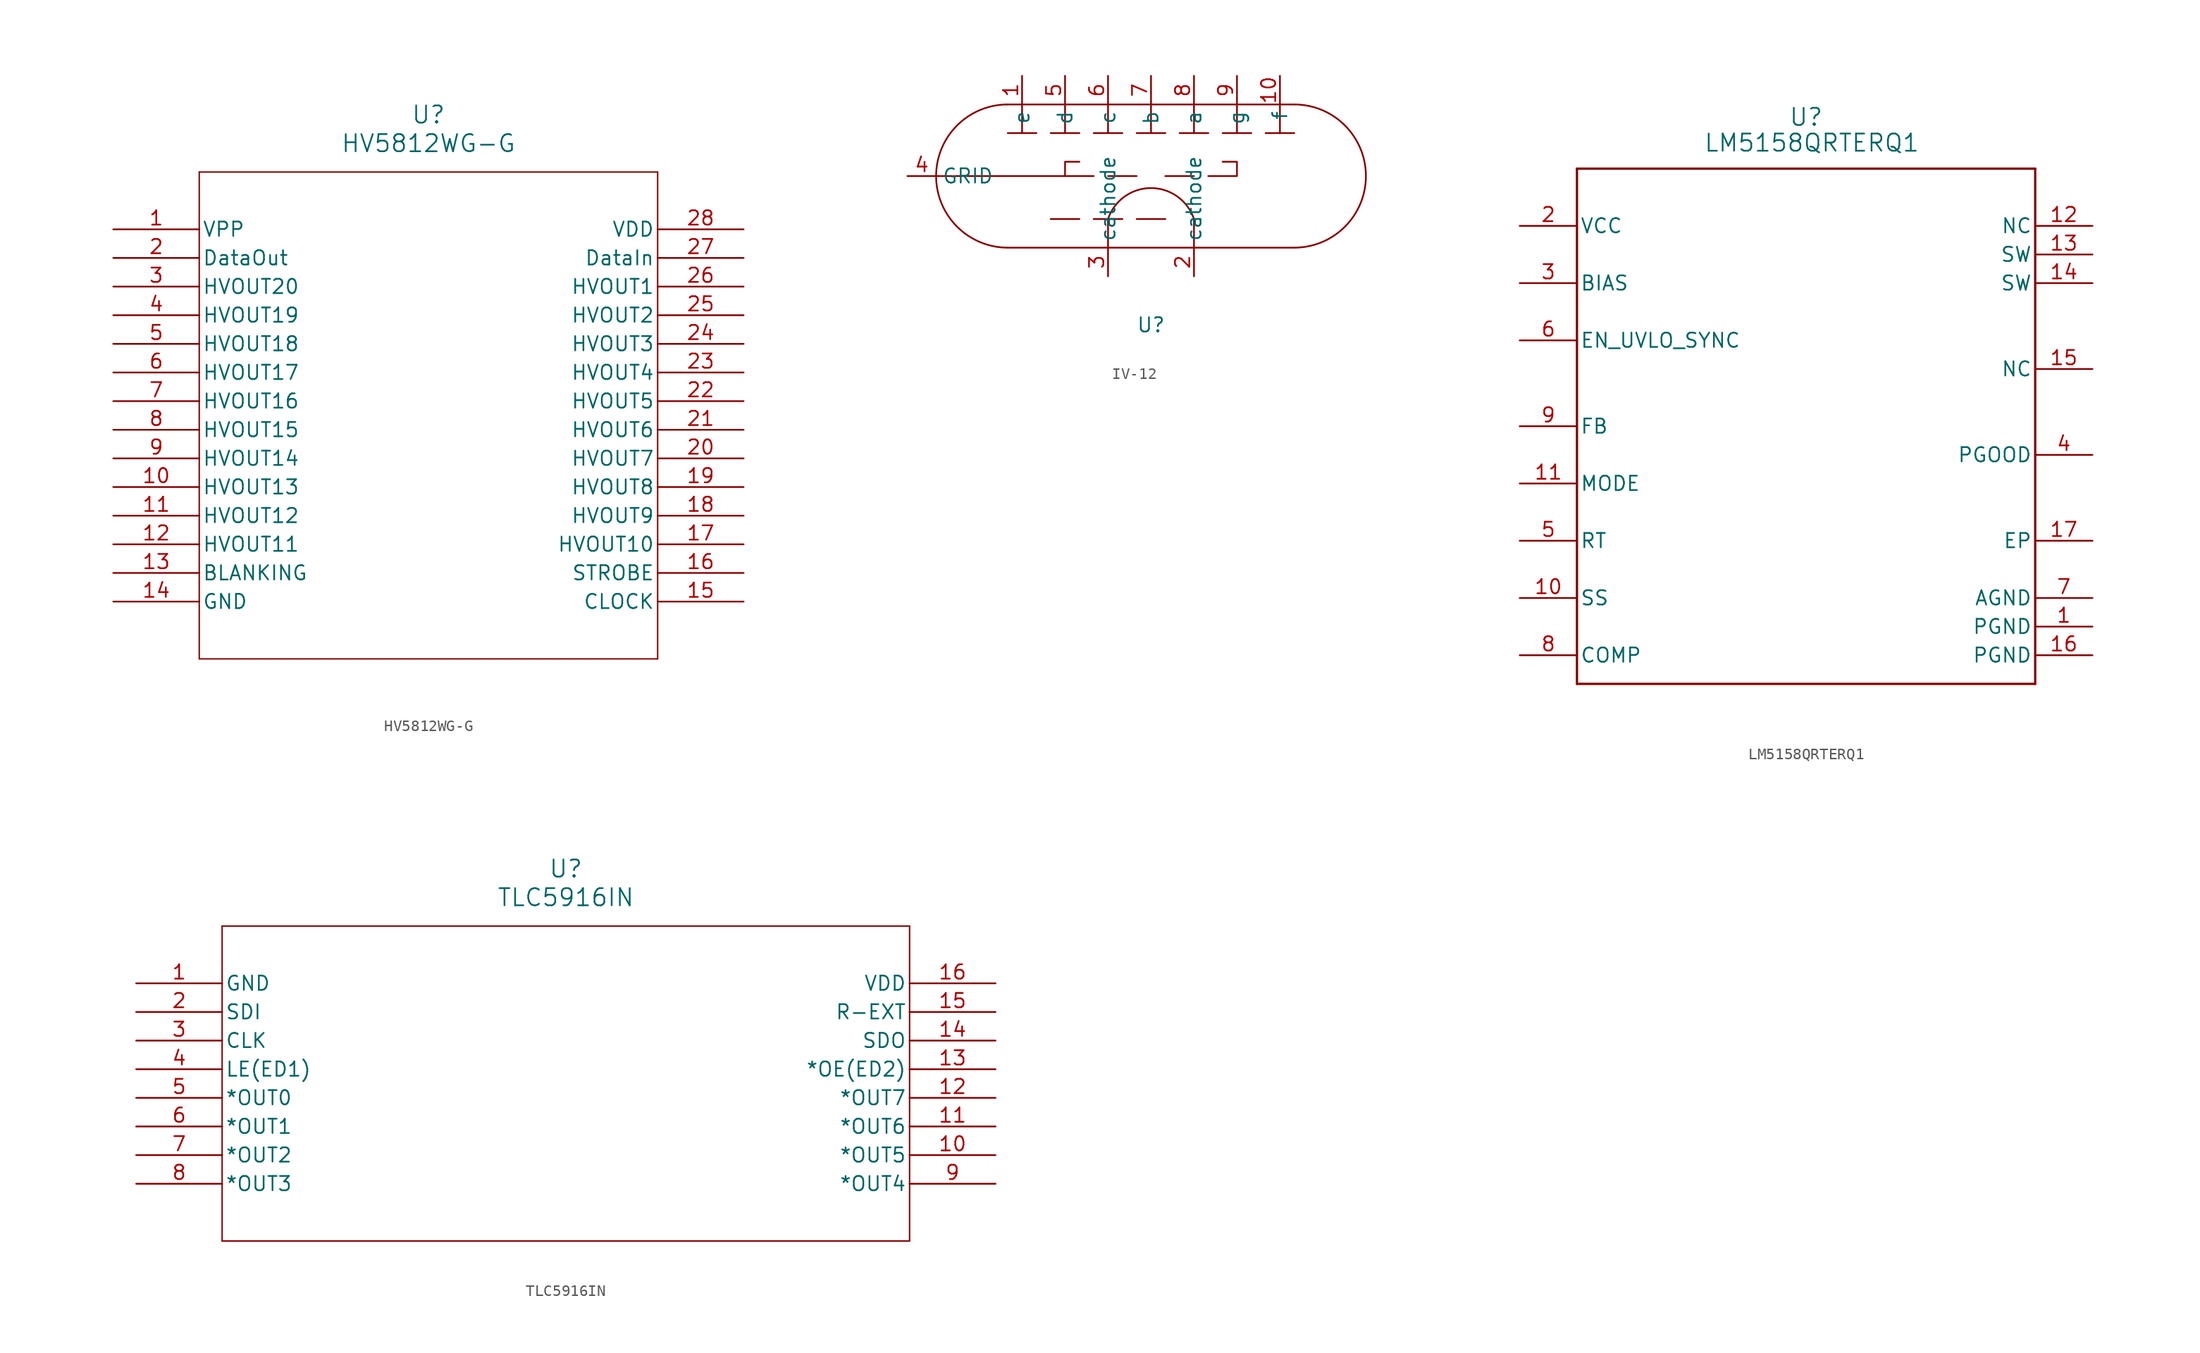
<source format=kicad_sym>
(kicad_symbol_lib
  (version 20231120)
  (generator "kicad_symbol_editor")
  (generator_version "8.0")
  (symbol "HV5812WG-G"
    (pin_names
      (offset 0.254))
    (property "Reference" "U"
      (at 27.94 10.16 0)
      (effects (font (size 1.524 1.524))))
    (property "Value" "HV5812WG-G"
      (at 27.94 7.62 0)
      (effects (font (size 1.524 1.524))))
    (property "ki_locked" ""
      (at 0 0 0)
      (effects (font (size 1.27 1.27))))
    (symbol "HV5812WG-G_0_1"
      (polyline (pts (xy 7.62 -38.1) (xy 48.26 -38.1)) (stroke (width 0.127) (type default)) (fill (type none)))
      (polyline (pts (xy 7.62 5.08) (xy 7.62 -38.1)) (stroke (width 0.127) (type default)) (fill (type none)))
      (polyline (pts (xy 48.26 -38.1) (xy 48.26 5.08)) (stroke (width 0.127) (type default)) (fill (type none)))
      (polyline (pts (xy 48.26 5.08) (xy 7.62 5.08)) (stroke (width 0.127) (type default)) (fill (type none)))
      (pin power_in line (at 0 0 0) (length 7.62) (name "VPP" (effects (font (size 1.27 1.27)))) (number "1" (effects (font (size 1.27 1.27)))))
      (pin output line (at 0 -22.86 0) (length 7.62) (name "HVOUT13" (effects (font (size 1.27 1.27)))) (number "10" (effects (font (size 1.27 1.27)))))
      (pin output line (at 0 -25.4 0) (length 7.62) (name "HVOUT12" (effects (font (size 1.27 1.27)))) (number "11" (effects (font (size 1.27 1.27)))))
      (pin output line (at 0 -27.94 0) (length 7.62) (name "HVOUT11" (effects (font (size 1.27 1.27)))) (number "12" (effects (font (size 1.27 1.27)))))
      (pin unspecified line (at 0 -30.48 0) (length 7.62) (name "BLANKING" (effects (font (size 1.27 1.27)))) (number "13" (effects (font (size 1.27 1.27)))))
      (pin power_out line (at 0 -33.02 0) (length 7.62) (name "GND" (effects (font (size 1.27 1.27)))) (number "14" (effects (font (size 1.27 1.27)))))
      (pin unspecified line (at 55.88 -33.02 180) (length 7.62) (name "CLOCK" (effects (font (size 1.27 1.27)))) (number "15" (effects (font (size 1.27 1.27)))))
      (pin unspecified line (at 55.88 -30.48 180) (length 7.62) (name "STROBE" (effects (font (size 1.27 1.27)))) (number "16" (effects (font (size 1.27 1.27)))))
      (pin output line (at 55.88 -27.94 180) (length 7.62) (name "HVOUT10" (effects (font (size 1.27 1.27)))) (number "17" (effects (font (size 1.27 1.27)))))
      (pin output line (at 55.88 -25.4 180) (length 7.62) (name "HVOUT9" (effects (font (size 1.27 1.27)))) (number "18" (effects (font (size 1.27 1.27)))))
      (pin output line (at 55.88 -22.86 180) (length 7.62) (name "HVOUT8" (effects (font (size 1.27 1.27)))) (number "19" (effects (font (size 1.27 1.27)))))
      (pin output line (at 0 -2.54 0) (length 7.62) (name "DataOut" (effects (font (size 1.27 1.27)))) (number "2" (effects (font (size 1.27 1.27)))))
      (pin output line (at 55.88 -20.32 180) (length 7.62) (name "HVOUT7" (effects (font (size 1.27 1.27)))) (number "20" (effects (font (size 1.27 1.27)))))
      (pin output line (at 55.88 -17.78 180) (length 7.62) (name "HVOUT6" (effects (font (size 1.27 1.27)))) (number "21" (effects (font (size 1.27 1.27)))))
      (pin output line (at 55.88 -15.24 180) (length 7.62) (name "HVOUT5" (effects (font (size 1.27 1.27)))) (number "22" (effects (font (size 1.27 1.27)))))
      (pin output line (at 55.88 -12.7 180) (length 7.62) (name "HVOUT4" (effects (font (size 1.27 1.27)))) (number "23" (effects (font (size 1.27 1.27)))))
      (pin output line (at 55.88 -10.16 180) (length 7.62) (name "HVOUT3" (effects (font (size 1.27 1.27)))) (number "24" (effects (font (size 1.27 1.27)))))
      (pin output line (at 55.88 -7.62 180) (length 7.62) (name "HVOUT2" (effects (font (size 1.27 1.27)))) (number "25" (effects (font (size 1.27 1.27)))))
      (pin output line (at 55.88 -5.08 180) (length 7.62) (name "HVOUT1" (effects (font (size 1.27 1.27)))) (number "26" (effects (font (size 1.27 1.27)))))
      (pin input line (at 55.88 -2.54 180) (length 7.62) (name "DataIn" (effects (font (size 1.27 1.27)))) (number "27" (effects (font (size 1.27 1.27)))))
      (pin power_in line (at 55.88 0 180) (length 7.62) (name "VDD" (effects (font (size 1.27 1.27)))) (number "28" (effects (font (size 1.27 1.27)))))
      (pin output line (at 0 -5.08 0) (length 7.62) (name "HVOUT20" (effects (font (size 1.27 1.27)))) (number "3" (effects (font (size 1.27 1.27)))))
      (pin output line (at 0 -7.62 0) (length 7.62) (name "HVOUT19" (effects (font (size 1.27 1.27)))) (number "4" (effects (font (size 1.27 1.27)))))
      (pin output line (at 0 -10.16 0) (length 7.62) (name "HVOUT18" (effects (font (size 1.27 1.27)))) (number "5" (effects (font (size 1.27 1.27)))))
      (pin output line (at 0 -12.7 0) (length 7.62) (name "HVOUT17" (effects (font (size 1.27 1.27)))) (number "6" (effects (font (size 1.27 1.27)))))
      (pin output line (at 0 -15.24 0) (length 7.62) (name "HVOUT16" (effects (font (size 1.27 1.27)))) (number "7" (effects (font (size 1.27 1.27)))))
      (pin output line (at 0 -17.78 0) (length 7.62) (name "HVOUT15" (effects (font (size 1.27 1.27)))) (number "8" (effects (font (size 1.27 1.27)))))
      (pin output line (at 0 -20.32 0) (length 7.62) (name "HVOUT14" (effects (font (size 1.27 1.27)))) (number "9" (effects (font (size 1.27 1.27)))))))
  (symbol "IV-12"
    (property "Reference" "U"
      (at 0 -13.208 0)
      (effects (font (size 1.27 1.27))))
    (property "Value" ""
      (at 0 0 0)
      (effects (font (size 1.27 1.27))))
    (symbol "IV-12_0_1"
      (arc (start -12.7 6.35) (mid -19.05 0) (end -12.7 -6.35) (stroke (width 0) (type default)) (fill (type none)))
      (polyline (pts (xy -12.7 -6.35) (xy 12.7 -6.35)) (stroke (width 0) (type default)) (fill (type none)))
      (polyline (pts (xy -12.7 6.35) (xy 12.7 6.35)) (stroke (width 0) (type default)) (fill (type none)))
      (polyline (pts (xy -11.43 3.81) (xy -11.43 6.35)) (stroke (width 0) (type default)) (fill (type none)))
      (polyline (pts (xy -10.16 3.81) (xy -12.7 3.81)) (stroke (width 0) (type default)) (fill (type none)))
      (polyline (pts (xy -7.62 0) (xy -19.05 0)) (stroke (width 0) (type default)) (fill (type none)))
      (polyline (pts (xy -7.62 3.81) (xy -7.62 6.35)) (stroke (width 0) (type default)) (fill (type none)))
      (polyline (pts (xy -6.35 -3.81) (xy -8.89 -3.81)) (stroke (width 0) (type default)) (fill (type none)))
      (polyline (pts (xy -6.35 3.81) (xy -8.89 3.81)) (stroke (width 0) (type default)) (fill (type none)))
      (polyline (pts (xy -3.81 -3.81) (xy -3.81 -6.35)) (stroke (width 0) (type default)) (fill (type none)))
      (polyline (pts (xy -3.81 3.81) (xy -3.81 6.35)) (stroke (width 0) (type default)) (fill (type none)))
      (polyline (pts (xy -2.54 -3.81) (xy -5.08 -3.81)) (stroke (width 0) (type default)) (fill (type none)))
      (polyline (pts (xy -2.54 3.81) (xy -5.08 3.81)) (stroke (width 0) (type default)) (fill (type none)))
      (polyline (pts (xy -1.27 -3.81) (xy 1.27 -3.81)) (stroke (width 0) (type default)) (fill (type none)))
      (polyline (pts (xy -1.27 0) (xy -3.81 0)) (stroke (width 0) (type default)) (fill (type none)))
      (polyline (pts (xy -1.27 3.81) (xy 1.27 3.81)) (stroke (width 0) (type default)) (fill (type none)))
      (polyline (pts (xy 0 3.81) (xy 0 6.35)) (stroke (width 0) (type default)) (fill (type none)))
      (polyline (pts (xy 1.27 0) (xy 3.81 0)) (stroke (width 0) (type default)) (fill (type none)))
      (polyline (pts (xy 2.54 3.81) (xy 5.08 3.81)) (stroke (width 0) (type default)) (fill (type none)))
      (polyline (pts (xy 3.81 -3.81) (xy 3.81 -6.35)) (stroke (width 0) (type default)) (fill (type none)))
      (polyline (pts (xy 3.81 3.81) (xy 3.81 6.35)) (stroke (width 0) (type default)) (fill (type none)))
      (polyline (pts (xy 6.35 3.81) (xy 8.89 3.81)) (stroke (width 0) (type default)) (fill (type none)))
      (polyline (pts (xy 7.62 3.81) (xy 7.62 6.35)) (stroke (width 0) (type default)) (fill (type none)))
      (polyline (pts (xy 10.16 3.81) (xy 12.7 3.81)) (stroke (width 0) (type default)) (fill (type none)))
      (polyline (pts (xy 11.43 3.81) (xy 11.43 6.35)) (stroke (width 0) (type default)) (fill (type none)))
      (polyline (pts (xy -5.08 0) (xy -7.62 0) (xy -7.62 1.27) (xy -6.35 1.27)) (stroke (width 0) (type default)) (fill (type none)))
      (polyline (pts (xy 5.08 0) (xy 7.62 0) (xy 7.62 1.27) (xy 6.35 1.27)) (stroke (width 0) (type default)) (fill (type none)))
      (arc (start 3.81 -3.81) (mid 0 -1.0639) (end -3.81 -3.81) (stroke (width 0) (type default)) (fill (type none)))
      (arc (start 12.7 -6.35) (mid 19.05 0) (end 12.7 6.35) (stroke (width 0) (type default)) (fill (type none))))
    (symbol "IV-12_1_1"
      (pin input line (at -11.43 8.89 270) (length 2.54) (name "e" (effects (font (size 1.27 1.27)))) (number "1" (effects (font (size 1.27 1.27)))))
      (pin input line (at 11.43 8.89 270) (length 2.54) (name "f" (effects (font (size 1.27 1.27)))) (number "10" (effects (font (size 1.27 1.27)))))
      (pin power_in line (at 3.81 -8.89 90) (length 2.54) (name "cathode" (effects (font (size 1.27 1.27)))) (number "2" (effects (font (size 1.27 1.27)))))
      (pin power_in line (at -3.81 -8.89 90) (length 2.54) (name "cathode" (effects (font (size 1.27 1.27)))) (number "3" (effects (font (size 1.27 1.27)))))
      (pin input line (at -21.59 0 0) (length 2.54) (name "GRID" (effects (font (size 1.27 1.27)))) (number "4" (effects (font (size 1.27 1.27)))))
      (pin input line (at -7.62 8.89 270) (length 2.54) (name "d" (effects (font (size 1.27 1.27)))) (number "5" (effects (font (size 1.27 1.27)))))
      (pin input line (at -3.81 8.89 270) (length 2.54) (name "c" (effects (font (size 1.27 1.27)))) (number "6" (effects (font (size 1.27 1.27)))))
      (pin input line (at 0 8.89 270) (length 2.54) (name "b" (effects (font (size 1.27 1.27)))) (number "7" (effects (font (size 1.27 1.27)))))
      (pin input line (at 3.81 8.89 270) (length 2.54) (name "a" (effects (font (size 1.27 1.27)))) (number "8" (effects (font (size 1.27 1.27)))))
      (pin input line (at 7.62 8.89 270) (length 2.54) (name "g" (effects (font (size 1.27 1.27)))) (number "9" (effects (font (size 1.27 1.27)))))))
  (symbol "LM5158QRTERQ1"
    (pin_names
      (offset 0.254))
    (property "Reference" "U"
      (at 25.4 9.652 0)
      (effects (font (size 1.524 1.524))))
    (property "Value" "LM5158QRTERQ1"
      (at 25.908 7.366 0)
      (effects (font (size 1.524 1.524))))
    (property "ki_locked" ""
      (at 0 0 0)
      (effects (font (size 1.27 1.27))))
    (symbol "LM5158QRTERQ1_0_1"
      (polyline (pts (xy 5.08 -40.64) (xy 45.72 -40.64)) (stroke (width 0.203) (type default)) (fill (type none)))
      (polyline (pts (xy 5.08 5.08) (xy 5.08 -40.64)) (stroke (width 0.203) (type default)) (fill (type none)))
      (polyline (pts (xy 45.72 -40.64) (xy 45.72 5.08)) (stroke (width 0.203) (type default)) (fill (type none)))
      (polyline (pts (xy 45.72 5.08) (xy 5.08 5.08)) (stroke (width 0.203) (type default)) (fill (type none)))
      (pin power_in line (at 50.8 -35.56 180) (length 5.08) (name "PGND" (effects (font (size 1.27 1.27)))) (number "1" (effects (font (size 1.27 1.27)))))
      (pin unspecified line (at 0 -33.02 0) (length 5.08) (name "SS" (effects (font (size 1.27 1.27)))) (number "10" (effects (font (size 1.27 1.27)))))
      (pin unspecified line (at 0 -22.86 0) (length 5.08) (name "MODE" (effects (font (size 1.27 1.27)))) (number "11" (effects (font (size 1.27 1.27)))))
      (pin unspecified line (at 50.8 0 180) (length 5.08) (name "NC" (effects (font (size 1.27 1.27)))) (number "12" (effects (font (size 1.27 1.27)))))
      (pin unspecified line (at 50.8 -2.54 180) (length 5.08) (name "SW" (effects (font (size 1.27 1.27)))) (number "13" (effects (font (size 1.27 1.27)))))
      (pin unspecified line (at 50.8 -5.08 180) (length 5.08) (name "SW" (effects (font (size 1.27 1.27)))) (number "14" (effects (font (size 1.27 1.27)))))
      (pin unspecified line (at 50.8 -12.7 180) (length 5.08) (name "NC" (effects (font (size 1.27 1.27)))) (number "15" (effects (font (size 1.27 1.27)))))
      (pin power_in line (at 50.8 -38.1 180) (length 5.08) (name "PGND" (effects (font (size 1.27 1.27)))) (number "16" (effects (font (size 1.27 1.27)))))
      (pin power_in line (at 50.8 -27.94 180) (length 5.08) (name "EP" (effects (font (size 1.27 1.27)))) (number "17" (effects (font (size 1.27 1.27)))))
      (pin unspecified line (at 0 0 0) (length 5.08) (name "VCC" (effects (font (size 1.27 1.27)))) (number "2" (effects (font (size 1.27 1.27)))))
      (pin power_in line (at 0 -5.08 0) (length 5.08) (name "BIAS" (effects (font (size 1.27 1.27)))) (number "3" (effects (font (size 1.27 1.27)))))
      (pin open_collector line (at 50.8 -20.32 180) (length 5.08) (name "PGOOD" (effects (font (size 1.27 1.27)))) (number "4" (effects (font (size 1.27 1.27)))))
      (pin unspecified line (at 0 -27.94 0) (length 5.08) (name "RT" (effects (font (size 1.27 1.27)))) (number "5" (effects (font (size 1.27 1.27)))))
      (pin input line (at 0 -10.16 0) (length 5.08) (name "EN_UVLO_SYNC" (effects (font (size 1.27 1.27)))) (number "6" (effects (font (size 1.27 1.27)))))
      (pin power_in line (at 50.8 -33.02 180) (length 5.08) (name "AGND" (effects (font (size 1.27 1.27)))) (number "7" (effects (font (size 1.27 1.27)))))
      (pin unspecified line (at 0 -38.1 0) (length 5.08) (name "COMP" (effects (font (size 1.27 1.27)))) (number "8" (effects (font (size 1.27 1.27)))))
      (pin unspecified line (at 0 -17.78 0) (length 5.08) (name "FB" (effects (font (size 1.27 1.27)))) (number "9" (effects (font (size 1.27 1.27)))))))
  (symbol "TLC5916IN"
    (pin_names
      (offset 0.254))
    (property "Reference" "U"
      (at 38.1 10.16 0)
      (effects (font (size 1.524 1.524))))
    (property "Value" "TLC5916IN"
      (at 38.1 7.62 0)
      (effects (font (size 1.524 1.524))))
    (property "ki_locked" ""
      (at 0 0 0)
      (effects (font (size 1.27 1.27))))
    (symbol "TLC5916IN_0_1"
      (polyline (pts (xy 7.62 -22.86) (xy 68.58 -22.86)) (stroke (width 0.127) (type default)) (fill (type none)))
      (polyline (pts (xy 7.62 5.08) (xy 7.62 -22.86)) (stroke (width 0.127) (type default)) (fill (type none)))
      (polyline (pts (xy 68.58 -22.86) (xy 68.58 5.08)) (stroke (width 0.127) (type default)) (fill (type none)))
      (polyline (pts (xy 68.58 5.08) (xy 7.62 5.08)) (stroke (width 0.127) (type default)) (fill (type none)))
      (pin power_in line (at 0 0 0) (length 7.62) (name "GND" (effects (font (size 1.27 1.27)))) (number "1" (effects (font (size 1.27 1.27)))))
      (pin output line (at 76.2 -15.24 180) (length 7.62) (name "*OUT5" (effects (font (size 1.27 1.27)))) (number "10" (effects (font (size 1.27 1.27)))))
      (pin output line (at 76.2 -12.7 180) (length 7.62) (name "*OUT6" (effects (font (size 1.27 1.27)))) (number "11" (effects (font (size 1.27 1.27)))))
      (pin output line (at 76.2 -10.16 180) (length 7.62) (name "*OUT7" (effects (font (size 1.27 1.27)))) (number "12" (effects (font (size 1.27 1.27)))))
      (pin output line (at 76.2 -7.62 180) (length 7.62) (name "*OE(ED2)" (effects (font (size 1.27 1.27)))) (number "13" (effects (font (size 1.27 1.27)))))
      (pin output line (at 76.2 -5.08 180) (length 7.62) (name "SDO" (effects (font (size 1.27 1.27)))) (number "14" (effects (font (size 1.27 1.27)))))
      (pin unspecified line (at 76.2 -2.54 180) (length 7.62) (name "R-EXT" (effects (font (size 1.27 1.27)))) (number "15" (effects (font (size 1.27 1.27)))))
      (pin power_in line (at 76.2 0 180) (length 7.62) (name "VDD" (effects (font (size 1.27 1.27)))) (number "16" (effects (font (size 1.27 1.27)))))
      (pin input line (at 0 -2.54 0) (length 7.62) (name "SDI" (effects (font (size 1.27 1.27)))) (number "2" (effects (font (size 1.27 1.27)))))
      (pin input line (at 0 -5.08 0) (length 7.62) (name "CLK" (effects (font (size 1.27 1.27)))) (number "3" (effects (font (size 1.27 1.27)))))
      (pin input line (at 0 -7.62 0) (length 7.62) (name "LE(ED1)" (effects (font (size 1.27 1.27)))) (number "4" (effects (font (size 1.27 1.27)))))
      (pin output line (at 0 -10.16 0) (length 7.62) (name "*OUT0" (effects (font (size 1.27 1.27)))) (number "5" (effects (font (size 1.27 1.27)))))
      (pin output line (at 0 -12.7 0) (length 7.62) (name "*OUT1" (effects (font (size 1.27 1.27)))) (number "6" (effects (font (size 1.27 1.27)))))
      (pin output line (at 0 -15.24 0) (length 7.62) (name "*OUT2" (effects (font (size 1.27 1.27)))) (number "7" (effects (font (size 1.27 1.27)))))
      (pin output line (at 0 -17.78 0) (length 7.62) (name "*OUT3" (effects (font (size 1.27 1.27)))) (number "8" (effects (font (size 1.27 1.27)))))
      (pin output line (at 76.2 -17.78 180) (length 7.62) (name "*OUT4" (effects (font (size 1.27 1.27)))) (number "9" (effects (font (size 1.27 1.27))))))))
</source>
